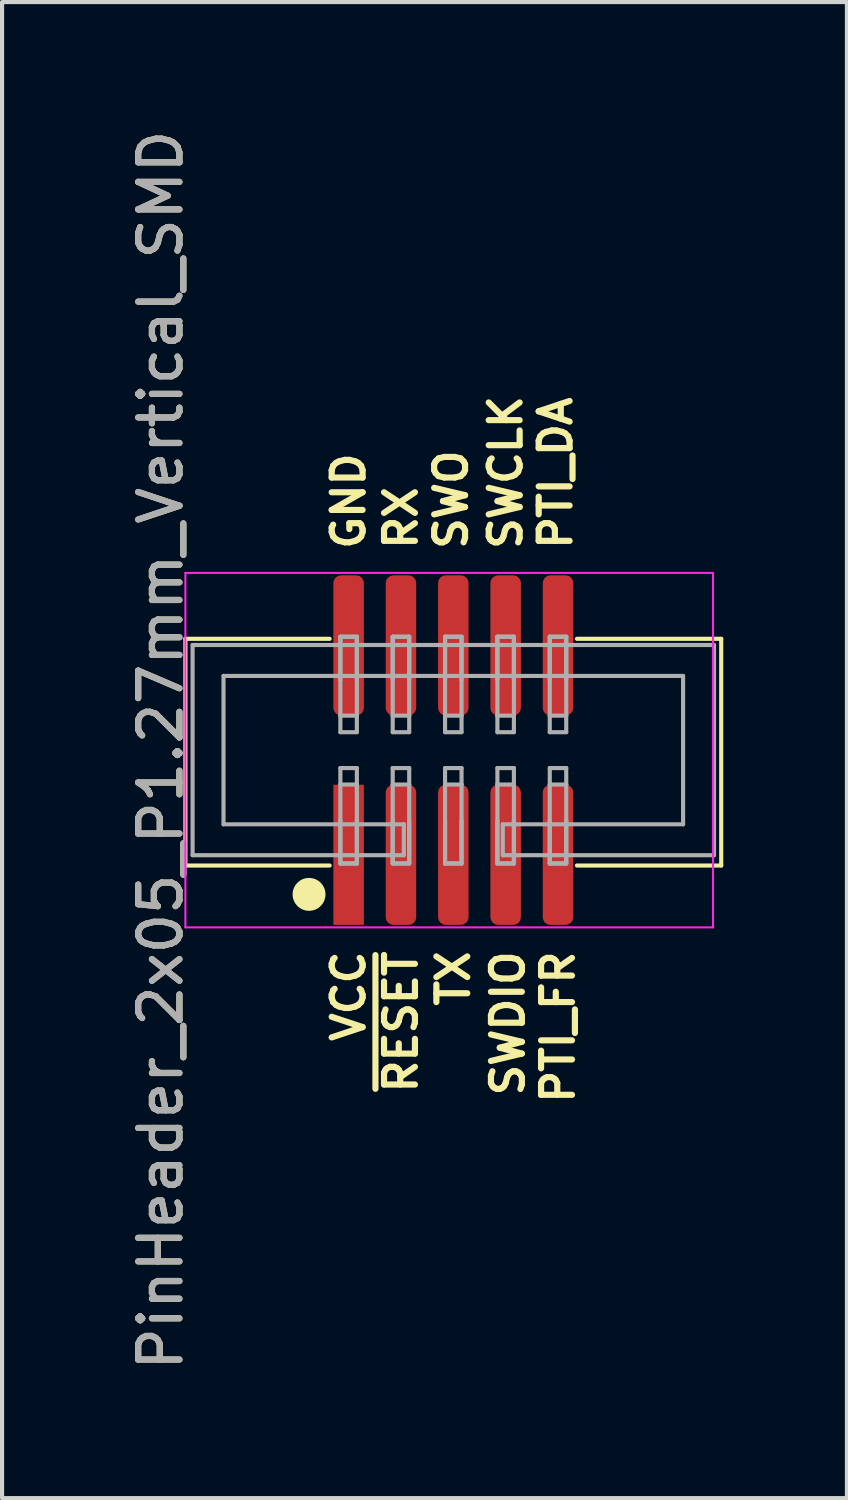
<source format=kicad_pcb>
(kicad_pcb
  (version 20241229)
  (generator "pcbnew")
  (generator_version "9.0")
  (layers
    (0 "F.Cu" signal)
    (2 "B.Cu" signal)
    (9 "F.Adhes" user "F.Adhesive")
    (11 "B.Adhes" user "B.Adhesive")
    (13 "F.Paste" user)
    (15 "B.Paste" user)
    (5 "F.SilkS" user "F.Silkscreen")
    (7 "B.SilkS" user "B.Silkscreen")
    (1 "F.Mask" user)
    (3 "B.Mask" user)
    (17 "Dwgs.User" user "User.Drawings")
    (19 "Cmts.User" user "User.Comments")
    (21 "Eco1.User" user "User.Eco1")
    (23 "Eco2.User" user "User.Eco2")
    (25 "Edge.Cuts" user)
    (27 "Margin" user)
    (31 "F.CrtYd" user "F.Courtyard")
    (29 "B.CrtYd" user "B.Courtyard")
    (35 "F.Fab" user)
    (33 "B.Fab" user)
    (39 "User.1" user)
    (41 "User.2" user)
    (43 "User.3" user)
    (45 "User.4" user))
  (footprint "PinHeader_2x05_P1.27mm_Vertical_SMD"
    (layer "F.Cu")
    (at 7.948 15.149)
    (property "Reference" "PinHeader_2x05_P1.27mm_Vertical_SMD" (at -7.1 0 90) (layer "F.SilkS") (effects (font (size 1 1) (thickness 0.15))))
    (attr smd)
    (fp_line (start -6.5 -2.7) (end -3 -2.7) (stroke (width 0.1) (type solid)) (layer "F.SilkS"))
    (fp_line (start -6.5 2.8) (end -6.5 -2.7) (stroke (width 0.1) (type solid)) (layer "F.SilkS"))
    (fp_line (start -3 2.8) (end -6.5 2.8) (stroke (width 0.1) (type solid)) (layer "F.SilkS"))
    (fp_line (start 3 -2.7) (end 6.5 -2.7) (stroke (width 0.1) (type solid)) (layer "F.SilkS"))
    (fp_line (start 6.5 -2.7) (end 6.5 2.8) (stroke (width 0.1) (type solid)) (layer "F.SilkS"))
    (fp_line (start 6.5 2.8) (end 3 2.8) (stroke (width 0.1) (type solid)) (layer "F.SilkS"))
    (fp_circle (center -3.5 3.5) (end -3.3 3.5) (stroke (width 0.4) (type solid)) (fill no) (layer "F.SilkS"))
    (fp_poly (pts (arc (start -2.89 -1.05) (mid -2.831421 -0.908579) (end -2.69 -0.85)) (arc (start -2.39 -0.85) (mid -2.248579 -0.908579) (end -2.19 -1.05)) (arc (start -2.19 -2.55) (mid -2.248579 -2.691421) (end -2.39 -2.75)) (arc (start -2.69 -2.75) (mid -2.831421 -2.691421) (end -2.89 -2.55))) (stroke (width 0.01) (type solid)) (fill yes) (layer "F.Paste"))
    (fp_poly (pts (arc (start -2.19 1.05) (mid -2.248579 0.908579) (end -2.39 0.85)) (arc (start -2.69 0.85) (mid -2.831421 0.908579) (end -2.89 1.05)) (arc (start -2.89 2.55) (mid -2.831421 2.691421) (end -2.69 2.75)) (arc (start -2.39 2.75) (mid -2.248579 2.691421) (end -2.19 2.55))) (stroke (width 0.01) (type solid)) (fill yes) (layer "F.Paste"))
    (fp_poly (pts (arc (start -1.62 -1.05) (mid -1.561421 -0.908579) (end -1.42 -0.85)) (arc (start -1.12 -0.85) (mid -0.978579 -0.908579) (end -0.92 -1.05)) (arc (start -0.92 -2.55) (mid -0.978579 -2.691421) (end -1.12 -2.75)) (arc (start -1.42 -2.75) (mid -1.561421 -2.691421) (end -1.62 -2.55))) (stroke (width 0.01) (type solid)) (fill yes) (layer "F.Paste"))
    (fp_poly (pts (arc (start -0.92 1.05) (mid -0.978579 0.908579) (end -1.12 0.85)) (arc (start -1.42 0.85) (mid -1.561421 0.908579) (end -1.62 1.05)) (arc (start -1.62 2.55) (mid -1.561421 2.691421) (end -1.42 2.75)) (arc (start -1.12 2.75) (mid -0.978579 2.691421) (end -0.92 2.55))) (stroke (width 0.01) (type solid)) (fill yes) (layer "F.Paste"))
    (fp_poly (pts (arc (start -0.35 -1.05) (mid -0.291421 -0.908579) (end -0.15 -0.85)) (arc (start 0.15 -0.85) (mid 0.291421 -0.908579) (end 0.35 -1.05)) (arc (start 0.35 -2.55) (mid 0.291421 -2.691421) (end 0.15 -2.75)) (arc (start -0.15 -2.75) (mid -0.291421 -2.691421) (end -0.35 -2.55))) (stroke (width 0.01) (type solid)) (fill yes) (layer "F.Paste"))
    (fp_poly (pts (arc (start 0.35 1.05) (mid 0.291421 0.908579) (end 0.15 0.85)) (arc (start -0.15 0.85) (mid -0.291421 0.908579) (end -0.35 1.05)) (arc (start -0.35 2.55) (mid -0.291421 2.691421) (end -0.15 2.75)) (arc (start 0.15 2.75) (mid 0.291421 2.691421) (end 0.35 2.55))) (stroke (width 0.01) (type solid)) (fill yes) (layer "F.Paste"))
    (fp_poly (pts (arc (start 0.92 -1.05) (mid 0.978579 -0.908579) (end 1.12 -0.85)) (arc (start 1.42 -0.85) (mid 1.561421 -0.908579) (end 1.62 -1.05)) (arc (start 1.62 -2.55) (mid 1.561421 -2.691421) (end 1.42 -2.75)) (arc (start 1.12 -2.75) (mid 0.978579 -2.691421) (end 0.92 -2.55))) (stroke (width 0.01) (type solid)) (fill yes) (layer "F.Paste"))
    (fp_poly (pts (arc (start 1.62 1.05) (mid 1.561421 0.908579) (end 1.42 0.85)) (arc (start 1.12 0.85) (mid 0.978579 0.908579) (end 0.92 1.05)) (arc (start 0.92 2.55) (mid 0.978579 2.691421) (end 1.12 2.75)) (arc (start 1.42 2.75) (mid 1.561421 2.691421) (end 1.62 2.55))) (stroke (width 0.01) (type solid)) (fill yes) (layer "F.Paste"))
    (fp_poly (pts (arc (start 2.19 -1.05) (mid 2.248579 -0.908579) (end 2.39 -0.85)) (arc (start 2.69 -0.85) (mid 2.831421 -0.908579) (end 2.89 -1.05)) (arc (start 2.89 -2.55) (mid 2.831421 -2.691421) (end 2.69 -2.75)) (arc (start 2.39 -2.75) (mid 2.248579 -2.691421) (end 2.19 -2.55))) (stroke (width 0.01) (type solid)) (fill yes) (layer "F.Paste"))
    (fp_poly (pts (arc (start 2.89 1.05) (mid 2.831421 0.908579) (end 2.69 0.85)) (arc (start 2.39 0.85) (mid 2.248579 0.908579) (end 2.19 1.05)) (arc (start 2.19 2.55) (mid 2.248579 2.691421) (end 2.39 2.75)) (arc (start 2.69 2.75) (mid 2.831421 2.691421) (end 2.89 2.55))) (stroke (width 0.01) (type solid)) (fill yes) (layer "F.Paste"))
    (fp_line (start -6.5 -4.3) (end -6.5 4.3) (stroke (width 0.05) (type solid)) (layer "F.CrtYd"))
    (fp_line (start -6.5 4.3) (end 6.3 4.3) (stroke (width 0.05) (type solid)) (layer "F.CrtYd"))
    (fp_line (start 6.3 -4.3) (end -6.5 -4.3) (stroke (width 0.05) (type solid)) (layer "F.CrtYd"))
    (fp_line (start 6.3 4.3) (end 6.3 -4.3) (stroke (width 0.05) (type solid)) (layer "F.CrtYd"))
    (fp_line (start -6.325 -2.55) (end -6.325 2.55) (stroke (width 0.1) (type solid)) (layer "F.Fab"))
    (fp_line (start -6.325 2.55) (end -1.2 2.55) (stroke (width 0.1) (type solid)) (layer "F.Fab"))
    (fp_line (start -5.575 -1.8) (end 5.575 -1.8) (stroke (width 0.1) (type solid)) (layer "F.Fab"))
    (fp_line (start -5.575 1.8) (end -5.575 -1.8) (stroke (width 0.1) (type solid)) (layer "F.Fab"))
    (fp_line (start -2.74 -2.75) (end -2.34 -2.75) (stroke (width 0.1) (type solid)) (layer "F.Fab"))
    (fp_line (start -2.74 -2.75) (end -2.34 -2.75) (stroke (width 0.1) (type solid)) (layer "F.Fab"))
    (fp_line (start -2.74 -1.705) (end -2.74 -2.75) (stroke (width 0.1) (type solid)) (layer "F.Fab"))
    (fp_line (start -2.74 -0.835) (end -2.74 -2.75) (stroke (width 0.1) (type solid)) (layer "F.Fab"))
    (fp_line (start -2.74 -0.835) (end -2.74 -0.435) (stroke (width 0.1) (type solid)) (layer "F.Fab"))
    (fp_line (start -2.74 -0.435) (end -2.34 -0.435) (stroke (width 0.1) (type solid)) (layer "F.Fab"))
    (fp_line (start -2.74 0.435) (end -2.74 0.835) (stroke (width 0.1) (type solid)) (layer "F.Fab"))
    (fp_line (start -2.74 0.835) (end -2.34 0.835) (stroke (width 0.1) (type solid)) (layer "F.Fab"))
    (fp_line (start -2.74 1.705) (end -2.74 2.75) (stroke (width 0.1) (type solid)) (layer "F.Fab"))
    (fp_line (start -2.74 2.75) (end -2.74 0.835) (stroke (width 0.1) (type solid)) (layer "F.Fab"))
    (fp_line (start -2.74 2.75) (end -2.34 2.75) (stroke (width 0.1) (type solid)) (layer "F.Fab"))
    (fp_line (start -2.34 -2.75) (end -2.34 -1.705) (stroke (width 0.1) (type solid)) (layer "F.Fab"))
    (fp_line (start -2.34 -2.75) (end -2.34 -0.835) (stroke (width 0.1) (type solid)) (layer "F.Fab"))
    (fp_line (start -2.34 -0.835) (end -2.74 -0.835) (stroke (width 0.1) (type solid)) (layer "F.Fab"))
    (fp_line (start -2.34 -0.435) (end -2.34 -0.835) (stroke (width 0.1) (type solid)) (layer "F.Fab"))
    (fp_line (start -2.34 0.435) (end -2.74 0.435) (stroke (width 0.1) (type solid)) (layer "F.Fab"))
    (fp_line (start -2.34 0.835) (end -2.34 0.435) (stroke (width 0.1) (type solid)) (layer "F.Fab"))
    (fp_line (start -2.34 0.835) (end -2.34 2.75) (stroke (width 0.1) (type solid)) (layer "F.Fab"))
    (fp_line (start -2.34 2.75) (end -2.74 2.75) (stroke (width 0.1) (type solid)) (layer "F.Fab"))
    (fp_line (start -2.34 2.75) (end -2.34 1.705) (stroke (width 0.1) (type solid)) (layer "F.Fab"))
    (fp_line (start -1.47 -2.75) (end -1.07 -2.75) (stroke (width 0.1) (type solid)) (layer "F.Fab"))
    (fp_line (start -1.47 -2.75) (end -1.07 -2.75) (stroke (width 0.1) (type solid)) (layer "F.Fab"))
    (fp_line (start -1.47 -1.705) (end -1.47 -2.75) (stroke (width 0.1) (type solid)) (layer "F.Fab"))
    (fp_line (start -1.47 -0.835) (end -1.47 -2.75) (stroke (width 0.1) (type solid)) (layer "F.Fab"))
    (fp_line (start -1.47 -0.835) (end -1.47 -0.435) (stroke (width 0.1) (type solid)) (layer "F.Fab"))
    (fp_line (start -1.47 -0.435) (end -1.07 -0.435) (stroke (width 0.1) (type solid)) (layer "F.Fab"))
    (fp_line (start -1.47 0.435) (end -1.47 0.835) (stroke (width 0.1) (type solid)) (layer "F.Fab"))
    (fp_line (start -1.47 0.835) (end -1.07 0.835) (stroke (width 0.1) (type solid)) (layer "F.Fab"))
    (fp_line (start -1.47 1.705) (end -1.47 2.75) (stroke (width 0.1) (type solid)) (layer "F.Fab"))
    (fp_line (start -1.47 2.75) (end -1.47 0.835) (stroke (width 0.1) (type solid)) (layer "F.Fab"))
    (fp_line (start -1.47 2.75) (end -1.07 2.75) (stroke (width 0.1) (type solid)) (layer "F.Fab"))
    (fp_line (start -1.2 1.8) (end -5.575 1.8) (stroke (width 0.1) (type solid)) (layer "F.Fab"))
    (fp_line (start -1.2 2.55) (end -1.2 1.8) (stroke (width 0.1) (type solid)) (layer "F.Fab"))
    (fp_line (start -1.07 -2.75) (end -1.07 -1.705) (stroke (width 0.1) (type solid)) (layer "F.Fab"))
    (fp_line (start -1.07 -2.75) (end -1.07 -0.835) (stroke (width 0.1) (type solid)) (layer "F.Fab"))
    (fp_line (start -1.07 -0.835) (end -1.47 -0.835) (stroke (width 0.1) (type solid)) (layer "F.Fab"))
    (fp_line (start -1.07 -0.435) (end -1.07 -0.835) (stroke (width 0.1) (type solid)) (layer "F.Fab"))
    (fp_line (start -1.07 0.435) (end -1.47 0.435) (stroke (width 0.1) (type solid)) (layer "F.Fab"))
    (fp_line (start -1.07 0.835) (end -1.07 0.435) (stroke (width 0.1) (type solid)) (layer "F.Fab"))
    (fp_line (start -1.07 0.835) (end -1.07 2.75) (stroke (width 0.1) (type solid)) (layer "F.Fab"))
    (fp_line (start -1.07 2.75) (end -1.47 2.75) (stroke (width 0.1) (type solid)) (layer "F.Fab"))
    (fp_line (start -1.07 2.75) (end -1.07 1.705) (stroke (width 0.1) (type solid)) (layer "F.Fab"))
    (fp_line (start -0.2 -2.75) (end 0.2 -2.75) (stroke (width 0.1) (type solid)) (layer "F.Fab"))
    (fp_line (start -0.2 -2.75) (end 0.2 -2.75) (stroke (width 0.1) (type solid)) (layer "F.Fab"))
    (fp_line (start -0.2 -1.705) (end -0.2 -2.75) (stroke (width 0.1) (type solid)) (layer "F.Fab"))
    (fp_line (start -0.2 -0.835) (end -0.2 -2.75) (stroke (width 0.1) (type solid)) (layer "F.Fab"))
    (fp_line (start -0.2 -0.835) (end -0.2 -0.435) (stroke (width 0.1) (type solid)) (layer "F.Fab"))
    (fp_line (start -0.2 -0.435) (end 0.2 -0.435) (stroke (width 0.1) (type solid)) (layer "F.Fab"))
    (fp_line (start -0.2 0.435) (end -0.2 0.835) (stroke (width 0.1) (type solid)) (layer "F.Fab"))
    (fp_line (start -0.2 0.835) (end 0.2 0.835) (stroke (width 0.1) (type solid)) (layer "F.Fab"))
    (fp_line (start -0.2 1.705) (end -0.2 2.75) (stroke (width 0.1) (type solid)) (layer "F.Fab"))
    (fp_line (start -0.2 2.75) (end -0.2 0.835) (stroke (width 0.1) (type solid)) (layer "F.Fab"))
    (fp_line (start -0.2 2.75) (end 0.2 2.75) (stroke (width 0.1) (type solid)) (layer "F.Fab"))
    (fp_line (start 0.2 -2.75) (end 0.2 -1.705) (stroke (width 0.1) (type solid)) (layer "F.Fab"))
    (fp_line (start 0.2 -2.75) (end 0.2 -0.835) (stroke (width 0.1) (type solid)) (layer "F.Fab"))
    (fp_line (start 0.2 -0.835) (end -0.2 -0.835) (stroke (width 0.1) (type solid)) (layer "F.Fab"))
    (fp_line (start 0.2 -0.435) (end 0.2 -0.835) (stroke (width 0.1) (type solid)) (layer "F.Fab"))
    (fp_line (start 0.2 0.435) (end -0.2 0.435) (stroke (width 0.1) (type solid)) (layer "F.Fab"))
    (fp_line (start 0.2 0.835) (end 0.2 0.435) (stroke (width 0.1) (type solid)) (layer "F.Fab"))
    (fp_line (start 0.2 0.835) (end 0.2 2.75) (stroke (width 0.1) (type solid)) (layer "F.Fab"))
    (fp_line (start 0.2 2.75) (end -0.2 2.75) (stroke (width 0.1) (type solid)) (layer "F.Fab"))
    (fp_line (start 0.2 2.75) (end 0.2 1.705) (stroke (width 0.1) (type solid)) (layer "F.Fab"))
    (fp_line (start 1.07 -2.75) (end 1.47 -2.75) (stroke (width 0.1) (type solid)) (layer "F.Fab"))
    (fp_line (start 1.07 -2.75) (end 1.47 -2.75) (stroke (width 0.1) (type solid)) (layer "F.Fab"))
    (fp_line (start 1.07 -1.705) (end 1.07 -2.75) (stroke (width 0.1) (type solid)) (layer "F.Fab"))
    (fp_line (start 1.07 -0.835) (end 1.07 -2.75) (stroke (width 0.1) (type solid)) (layer "F.Fab"))
    (fp_line (start 1.07 -0.835) (end 1.07 -0.435) (stroke (width 0.1) (type solid)) (layer "F.Fab"))
    (fp_line (start 1.07 -0.435) (end 1.47 -0.435) (stroke (width 0.1) (type solid)) (layer "F.Fab"))
    (fp_line (start 1.07 0.435) (end 1.07 0.835) (stroke (width 0.1) (type solid)) (layer "F.Fab"))
    (fp_line (start 1.07 0.835) (end 1.47 0.835) (stroke (width 0.1) (type solid)) (layer "F.Fab"))
    (fp_line (start 1.07 1.705) (end 1.07 2.75) (stroke (width 0.1) (type solid)) (layer "F.Fab"))
    (fp_line (start 1.07 2.75) (end 1.07 0.835) (stroke (width 0.1) (type solid)) (layer "F.Fab"))
    (fp_line (start 1.07 2.75) (end 1.47 2.75) (stroke (width 0.1) (type solid)) (layer "F.Fab"))
    (fp_line (start 1.2 1.8) (end 1.2 2.55) (stroke (width 0.1) (type solid)) (layer "F.Fab"))
    (fp_line (start 1.2 2.55) (end 6.325 2.55) (stroke (width 0.1) (type solid)) (layer "F.Fab"))
    (fp_line (start 1.47 -2.75) (end 1.47 -1.705) (stroke (width 0.1) (type solid)) (layer "F.Fab"))
    (fp_line (start 1.47 -2.75) (end 1.47 -0.835) (stroke (width 0.1) (type solid)) (layer "F.Fab"))
    (fp_line (start 1.47 -0.835) (end 1.07 -0.835) (stroke (width 0.1) (type solid)) (layer "F.Fab"))
    (fp_line (start 1.47 -0.435) (end 1.47 -0.835) (stroke (width 0.1) (type solid)) (layer "F.Fab"))
    (fp_line (start 1.47 0.435) (end 1.07 0.435) (stroke (width 0.1) (type solid)) (layer "F.Fab"))
    (fp_line (start 1.47 0.835) (end 1.47 0.435) (stroke (width 0.1) (type solid)) (layer "F.Fab"))
    (fp_line (start 1.47 0.835) (end 1.47 2.75) (stroke (width 0.1) (type solid)) (layer "F.Fab"))
    (fp_line (start 1.47 2.75) (end 1.07 2.75) (stroke (width 0.1) (type solid)) (layer "F.Fab"))
    (fp_line (start 1.47 2.75) (end 1.47 1.705) (stroke (width 0.1) (type solid)) (layer "F.Fab"))
    (fp_line (start 2.34 -2.75) (end 2.74 -2.75) (stroke (width 0.1) (type solid)) (layer "F.Fab"))
    (fp_line (start 2.34 -2.75) (end 2.74 -2.75) (stroke (width 0.1) (type solid)) (layer "F.Fab"))
    (fp_line (start 2.34 -1.705) (end 2.34 -2.75) (stroke (width 0.1) (type solid)) (layer "F.Fab"))
    (fp_line (start 2.34 -0.835) (end 2.34 -2.75) (stroke (width 0.1) (type solid)) (layer "F.Fab"))
    (fp_line (start 2.34 -0.835) (end 2.34 -0.435) (stroke (width 0.1) (type solid)) (layer "F.Fab"))
    (fp_line (start 2.34 -0.435) (end 2.74 -0.435) (stroke (width 0.1) (type solid)) (layer "F.Fab"))
    (fp_line (start 2.34 0.435) (end 2.34 0.835) (stroke (width 0.1) (type solid)) (layer "F.Fab"))
    (fp_line (start 2.34 0.835) (end 2.74 0.835) (stroke (width 0.1) (type solid)) (layer "F.Fab"))
    (fp_line (start 2.34 1.705) (end 2.34 2.75) (stroke (width 0.1) (type solid)) (layer "F.Fab"))
    (fp_line (start 2.34 2.75) (end 2.34 0.835) (stroke (width 0.1) (type solid)) (layer "F.Fab"))
    (fp_line (start 2.34 2.75) (end 2.74 2.75) (stroke (width 0.1) (type solid)) (layer "F.Fab"))
    (fp_line (start 2.74 -2.75) (end 2.74 -1.705) (stroke (width 0.1) (type solid)) (layer "F.Fab"))
    (fp_line (start 2.74 -2.75) (end 2.74 -0.835) (stroke (width 0.1) (type solid)) (layer "F.Fab"))
    (fp_line (start 2.74 -0.835) (end 2.34 -0.835) (stroke (width 0.1) (type solid)) (layer "F.Fab"))
    (fp_line (start 2.74 -0.435) (end 2.74 -0.835) (stroke (width 0.1) (type solid)) (layer "F.Fab"))
    (fp_line (start 2.74 0.435) (end 2.34 0.435) (stroke (width 0.1) (type solid)) (layer "F.Fab"))
    (fp_line (start 2.74 0.835) (end 2.74 0.435) (stroke (width 0.1) (type solid)) (layer "F.Fab"))
    (fp_line (start 2.74 0.835) (end 2.74 2.75) (stroke (width 0.1) (type solid)) (layer "F.Fab"))
    (fp_line (start 2.74 2.75) (end 2.34 2.75) (stroke (width 0.1) (type solid)) (layer "F.Fab"))
    (fp_line (start 2.74 2.75) (end 2.74 1.705) (stroke (width 0.1) (type solid)) (layer "F.Fab"))
    (fp_line (start 5.575 -1.8) (end 5.575 1.8) (stroke (width 0.1) (type solid)) (layer "F.Fab"))
    (fp_line (start 5.575 1.8) (end 1.2 1.8) (stroke (width 0.1) (type solid)) (layer "F.Fab"))
    (fp_line (start 6.325 -2.55) (end -6.325 -2.55) (stroke (width 0.1) (type solid)) (layer "F.Fab"))
    (fp_line (start 6.325 2.55) (end 6.325 -2.55) (stroke (width 0.1) (type solid)) (layer "F.Fab"))
    (fp_text user "PTI_DA" (at 2.482 -4.8 90) (unlocked yes) (layer "F.SilkS") (effects (font (size 0.75 0.75) (thickness 0.15)) (justify left)))
    (fp_text user "RX" (at -1.27 -4.8 90) (unlocked yes) (layer "F.SilkS") (effects (font (size 0.75 0.75) (thickness 0.15)) (justify left)))
    (fp_text user "SWO" (at -0.054 -4.8 90) (unlocked yes) (layer "F.SilkS") (effects (font (size 0.75 0.75) (thickness 0.15)) (justify left)))
    (fp_text user "SWDIO" (at 1.324 4.8 90) (unlocked yes) (layer "F.SilkS") (effects (font (size 0.75 0.75) (thickness 0.15)) (justify right)))
    (fp_text user "VCC" (at -2.54 4.8 90) (unlocked yes) (layer "F.SilkS") (effects (font (size 0.75 0.75) (thickness 0.15)) (justify right)))
    (fp_text user "GND" (at -2.54 -4.8 90) (unlocked yes) (layer "F.SilkS") (effects (font (size 0.75 0.75) (thickness 0.15)) (justify left)))
    (fp_text user "PTI_FR" (at 2.54 4.8 90) (unlocked yes) (layer "F.SilkS") (effects (font (size 0.75 0.75) (thickness 0.15)) (justify right)))
    (fp_text user "TX" (at 0 4.8 90) (unlocked yes) (layer "F.SilkS") (effects (font (size 0.75 0.75) (thickness 0.15)) (justify right)))
    (fp_text user "SWCLK" (at 1.27 -4.8 90) (unlocked yes) (layer "F.SilkS") (effects (font (size 0.75 0.75) (thickness 0.15)) (justify left)))
    (fp_text user "~{RESET}" (at -1.27 4.8 90) (unlocked yes) (layer "F.SilkS") (effects (font (size 0.75 0.75) (thickness 0.15)) (justify right)))
    (fp_text user "${REFERENCE}" (at -7.1 0 270) (layer "F.Fab") (effects (font (size 1 1) (thickness 0.15))))
    (pad "1" smd rect (at -2.54 2.54 90) (size 3.4 0.74) (layers "F.Cu" "F.Mask"))
    (pad "2" smd roundrect (at -2.54 -2.54 270) (size 3.4 0.74) (layers "F.Cu" "F.Mask") (roundrect_rratio 0.25))
    (pad "3" smd roundrect (at -1.27 2.54 90) (size 3.4 0.74) (layers "F.Cu" "F.Mask") (roundrect_rratio 0.25))
    (pad "4" smd roundrect (at -1.27 -2.54 270) (size 3.4 0.74) (layers "F.Cu" "F.Mask") (roundrect_rratio 0.25))
    (pad "5" smd roundrect (at 0 2.54 90) (size 3.4 0.74) (layers "F.Cu" "F.Mask") (roundrect_rratio 0.25))
    (pad "6" smd roundrect (at 0 -2.54 270) (size 3.4 0.74) (layers "F.Cu" "F.Mask") (roundrect_rratio 0.25))
    (pad "7" smd roundrect (at 1.27 2.54 90) (size 3.4 0.74) (layers "F.Cu" "F.Mask") (roundrect_rratio 0.25))
    (pad "8" smd roundrect (at 1.27 -2.54 270) (size 3.4 0.74) (layers "F.Cu" "F.Mask") (roundrect_rratio 0.25))
    (pad "9" smd roundrect (at 2.54 2.54 90) (size 3.4 0.74) (layers "F.Cu" "F.Mask") (roundrect_rratio 0.25))
    (pad "10" smd roundrect (at 2.54 -2.54 270) (size 3.4 0.74) (layers "F.Cu" "F.Mask") (roundrect_rratio 0.25)))
  (gr_rect
    (start -3 -3)
    (end 17.498 33.298)
    (stroke (width 0.1) (type default))
    (fill no)
    (layer "Edge.Cuts")))
</source>
